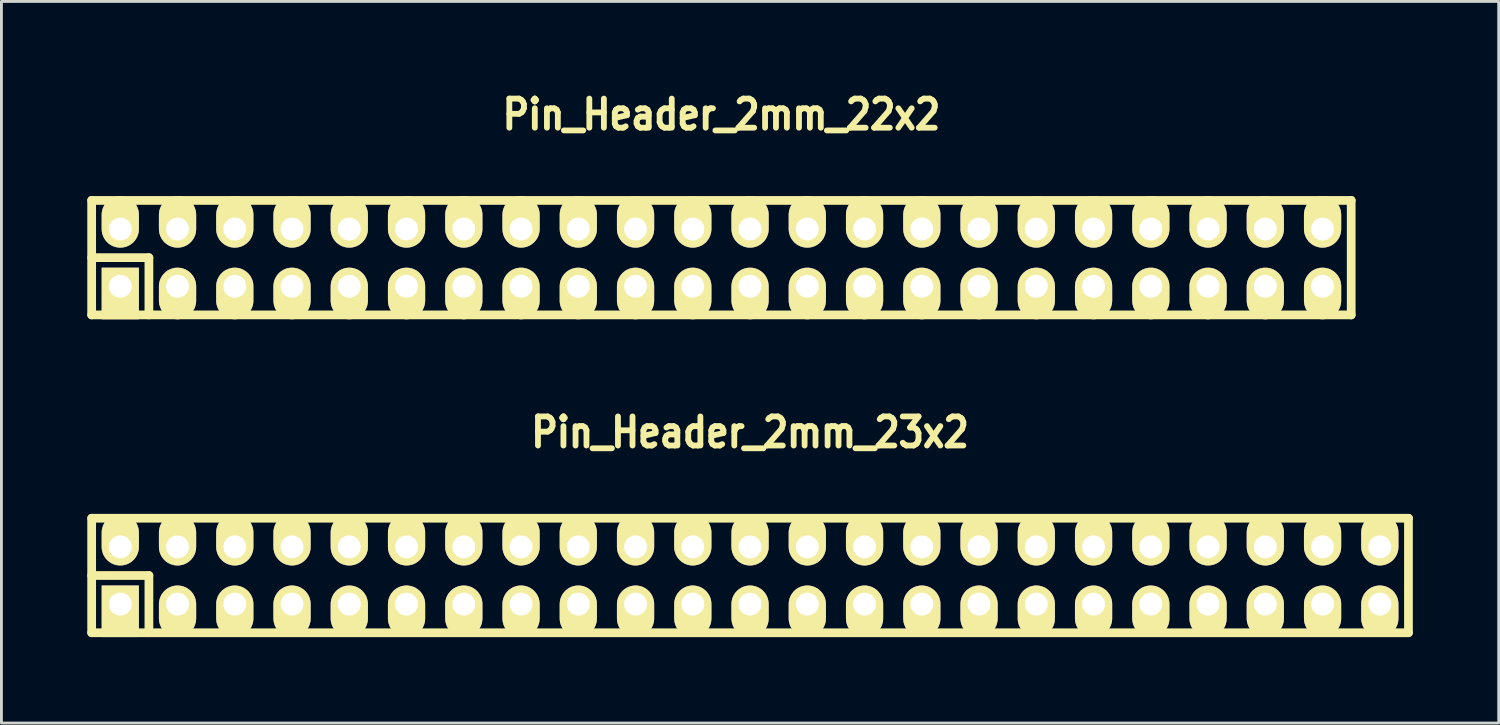
<source format=kicad_pcb>
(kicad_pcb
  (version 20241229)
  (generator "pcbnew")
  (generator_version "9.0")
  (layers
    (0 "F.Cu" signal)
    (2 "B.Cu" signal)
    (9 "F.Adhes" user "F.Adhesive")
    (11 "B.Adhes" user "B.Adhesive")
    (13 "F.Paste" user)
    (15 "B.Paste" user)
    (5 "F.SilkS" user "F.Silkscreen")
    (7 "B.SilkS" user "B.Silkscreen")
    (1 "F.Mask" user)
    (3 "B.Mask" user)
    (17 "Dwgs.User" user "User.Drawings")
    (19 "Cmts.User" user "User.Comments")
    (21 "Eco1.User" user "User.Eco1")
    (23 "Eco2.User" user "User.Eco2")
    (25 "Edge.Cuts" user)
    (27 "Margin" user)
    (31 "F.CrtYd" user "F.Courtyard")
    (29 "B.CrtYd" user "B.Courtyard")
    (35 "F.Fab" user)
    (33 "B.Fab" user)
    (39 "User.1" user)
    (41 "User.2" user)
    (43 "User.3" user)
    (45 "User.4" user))
  (footprint "Pin_Header_2mm_23x2"
    (layer "F.Cu")
    (at 23.152 17.054)
    (property "Reference" "Pin_Header_2mm_23x2" (at 0 -5 0) (layer "F.SilkS") (effects (font (size 1.016 0.889) (thickness 0.203))))
    (attr through_hole)
    (fp_line (start -23 -2) (end 23 -2) (stroke (width 0.305) (type solid)) (layer "F.SilkS"))
    (fp_line (start -23 0) (end -21 0) (stroke (width 0.305) (type solid)) (layer "F.SilkS"))
    (fp_line (start -23 2) (end -23 -2) (stroke (width 0.305) (type solid)) (layer "F.SilkS"))
    (fp_line (start -21 0) (end -21 2) (stroke (width 0.305) (type solid)) (layer "F.SilkS"))
    (fp_line (start 23 -2) (end 23 2) (stroke (width 0.305) (type solid)) (layer "F.SilkS"))
    (fp_line (start 23 2) (end -23 2) (stroke (width 0.305) (type solid)) (layer "F.SilkS"))
    (pad "1" thru_hole rect (at -22 1) (size 1.3 1.8) (drill 0.8 (offset 0 0.25)) (layers "*.Cu" "*.Mask" "F.SilkS"))
    (pad "2" thru_hole oval (at -22 -1) (size 1.3 1.8) (drill 0.8 (offset 0 -0.25)) (layers "*.Cu" "*.Mask" "F.SilkS"))
    (pad "3" thru_hole oval (at -20 1) (size 1.3 1.8) (drill 0.8 (offset 0 0.25)) (layers "*.Cu" "*.Mask" "F.SilkS"))
    (pad "4" thru_hole oval (at -20 -1) (size 1.3 1.8) (drill 0.8 (offset 0 -0.25)) (layers "*.Cu" "*.Mask" "F.SilkS"))
    (pad "5" thru_hole oval (at -18 1) (size 1.3 1.8) (drill 0.8 (offset 0 0.25)) (layers "*.Cu" "*.Mask" "F.SilkS"))
    (pad "6" thru_hole oval (at -18 -1) (size 1.3 1.8) (drill 0.8 (offset 0 -0.25)) (layers "*.Cu" "*.Mask" "F.SilkS"))
    (pad "7" thru_hole oval (at -16 1) (size 1.3 1.8) (drill 0.8 (offset 0 0.25)) (layers "*.Cu" "*.Mask" "F.SilkS"))
    (pad "8" thru_hole oval (at -16 -1) (size 1.3 1.8) (drill 0.8 (offset 0 -0.25)) (layers "*.Cu" "*.Mask" "F.SilkS"))
    (pad "9" thru_hole oval (at -14 1) (size 1.3 1.8) (drill 0.8 (offset 0 0.25)) (layers "*.Cu" "*.Mask" "F.SilkS"))
    (pad "10" thru_hole oval (at -14 -1) (size 1.3 1.8) (drill 0.8 (offset 0 -0.25)) (layers "*.Cu" "*.Mask" "F.SilkS"))
    (pad "11" thru_hole oval (at -12 1) (size 1.3 1.8) (drill 0.8 (offset 0 0.25)) (layers "*.Cu" "*.Mask" "F.SilkS"))
    (pad "12" thru_hole oval (at -12 -1) (size 1.3 1.8) (drill 0.8 (offset 0 -0.25)) (layers "*.Cu" "*.Mask" "F.SilkS"))
    (pad "13" thru_hole oval (at -10 1) (size 1.3 1.8) (drill 0.8 (offset 0 0.25)) (layers "*.Cu" "*.Mask" "F.SilkS"))
    (pad "14" thru_hole oval (at -10 -1) (size 1.3 1.8) (drill 0.8 (offset 0 -0.25)) (layers "*.Cu" "*.Mask" "F.SilkS"))
    (pad "15" thru_hole oval (at -8 1) (size 1.3 1.8) (drill 0.8 (offset 0 0.25)) (layers "*.Cu" "*.Mask" "F.SilkS"))
    (pad "16" thru_hole oval (at -8 -1) (size 1.3 1.8) (drill 0.8 (offset 0 -0.25)) (layers "*.Cu" "*.Mask" "F.SilkS"))
    (pad "17" thru_hole oval (at -6 1) (size 1.3 1.8) (drill 0.8 (offset 0 0.25)) (layers "*.Cu" "*.Mask" "F.SilkS"))
    (pad "18" thru_hole oval (at -6 -1) (size 1.3 1.8) (drill 0.8 (offset 0 -0.25)) (layers "*.Cu" "*.Mask" "F.SilkS"))
    (pad "19" thru_hole oval (at -4 1) (size 1.3 1.8) (drill 0.8 (offset 0 0.25)) (layers "*.Cu" "*.Mask" "F.SilkS"))
    (pad "20" thru_hole oval (at -4 -1) (size 1.3 1.8) (drill 0.8 (offset 0 -0.25)) (layers "*.Cu" "*.Mask" "F.SilkS"))
    (pad "21" thru_hole oval (at -2 1) (size 1.3 1.8) (drill 0.8 (offset 0 0.25)) (layers "*.Cu" "*.Mask" "F.SilkS"))
    (pad "22" thru_hole oval (at -2 -1) (size 1.3 1.8) (drill 0.8 (offset 0 -0.25)) (layers "*.Cu" "*.Mask" "F.SilkS"))
    (pad "23" thru_hole oval (at 0 1) (size 1.3 1.8) (drill 0.8 (offset 0 0.25)) (layers "*.Cu" "*.Mask" "F.SilkS"))
    (pad "24" thru_hole oval (at 0 -1) (size 1.3 1.8) (drill 0.8 (offset 0 -0.25)) (layers "*.Cu" "*.Mask" "F.SilkS"))
    (pad "25" thru_hole oval (at 2 1) (size 1.3 1.8) (drill 0.8 (offset 0 0.25)) (layers "*.Cu" "*.Mask" "F.SilkS"))
    (pad "26" thru_hole oval (at 2 -1) (size 1.3 1.8) (drill 0.8 (offset 0 -0.25)) (layers "*.Cu" "*.Mask" "F.SilkS"))
    (pad "27" thru_hole oval (at 4 1) (size 1.3 1.8) (drill 0.8 (offset 0 0.25)) (layers "*.Cu" "*.Mask" "F.SilkS"))
    (pad "28" thru_hole oval (at 4 -1) (size 1.3 1.8) (drill 0.8 (offset 0 -0.25)) (layers "*.Cu" "*.Mask" "F.SilkS"))
    (pad "29" thru_hole oval (at 6 1) (size 1.3 1.8) (drill 0.8 (offset 0 0.25)) (layers "*.Cu" "*.Mask" "F.SilkS"))
    (pad "30" thru_hole oval (at 6 -1) (size 1.3 1.8) (drill 0.8 (offset 0 -0.25)) (layers "*.Cu" "*.Mask" "F.SilkS"))
    (pad "31" thru_hole oval (at 8 1) (size 1.3 1.8) (drill 0.8 (offset 0 0.25)) (layers "*.Cu" "*.Mask" "F.SilkS"))
    (pad "32" thru_hole oval (at 8 -1) (size 1.3 1.8) (drill 0.8 (offset 0 -0.25)) (layers "*.Cu" "*.Mask" "F.SilkS"))
    (pad "33" thru_hole oval (at 10 1) (size 1.3 1.8) (drill 0.8 (offset 0 0.25)) (layers "*.Cu" "*.Mask" "F.SilkS"))
    (pad "34" thru_hole oval (at 10 -1) (size 1.3 1.8) (drill 0.8 (offset 0 -0.25)) (layers "*.Cu" "*.Mask" "F.SilkS"))
    (pad "35" thru_hole oval (at 12 1) (size 1.3 1.8) (drill 0.8 (offset 0 0.25)) (layers "*.Cu" "*.Mask" "F.SilkS"))
    (pad "36" thru_hole oval (at 12 -1) (size 1.3 1.8) (drill 0.8 (offset 0 -0.25)) (layers "*.Cu" "*.Mask" "F.SilkS"))
    (pad "37" thru_hole oval (at 14 1) (size 1.3 1.8) (drill 0.8 (offset 0 0.25)) (layers "*.Cu" "*.Mask" "F.SilkS"))
    (pad "38" thru_hole oval (at 14 -1) (size 1.3 1.8) (drill 0.8 (offset 0 -0.25)) (layers "*.Cu" "*.Mask" "F.SilkS"))
    (pad "39" thru_hole oval (at 16 1) (size 1.3 1.8) (drill 0.8 (offset 0 0.25)) (layers "*.Cu" "*.Mask" "F.SilkS"))
    (pad "40" thru_hole oval (at 16 -1) (size 1.3 1.8) (drill 0.8 (offset 0 -0.25)) (layers "*.Cu" "*.Mask" "F.SilkS"))
    (pad "41" thru_hole oval (at 18 1) (size 1.3 1.8) (drill 0.8 (offset 0 0.25)) (layers "*.Cu" "*.Mask" "F.SilkS"))
    (pad "42" thru_hole oval (at 18 -1) (size 1.3 1.8) (drill 0.8 (offset 0 -0.25)) (layers "*.Cu" "*.Mask" "F.SilkS"))
    (pad "43" thru_hole oval (at 20 1) (size 1.3 1.8) (drill 0.8 (offset 0 0.25)) (layers "*.Cu" "*.Mask" "F.SilkS"))
    (pad "44" thru_hole oval (at 20 -1) (size 1.3 1.8) (drill 0.8 (offset 0 -0.25)) (layers "*.Cu" "*.Mask" "F.SilkS"))
    (pad "45" thru_hole oval (at 22 1) (size 1.3 1.8) (drill 0.8 (offset 0 0.25)) (layers "*.Cu" "*.Mask" "F.SilkS"))
    (pad "46" thru_hole oval (at 22 -1) (size 1.3 1.8) (drill 0.8 (offset 0 -0.25)) (layers "*.Cu" "*.Mask" "F.SilkS")))
  (footprint "Pin_Header_2mm_22x2"
    (layer "F.Cu")
    (at 22.152 5.951)
    (property "Reference" "Pin_Header_2mm_22x2" (at 0 -5 0) (layer "F.SilkS") (effects (font (size 1.016 0.889) (thickness 0.203))))
    (attr through_hole)
    (fp_line (start -22 -2) (end 22 -2) (stroke (width 0.305) (type solid)) (layer "F.SilkS"))
    (fp_line (start -22 0) (end -20 0) (stroke (width 0.305) (type solid)) (layer "F.SilkS"))
    (fp_line (start -22 2) (end -22 -2) (stroke (width 0.305) (type solid)) (layer "F.SilkS"))
    (fp_line (start -20 0) (end -20 2) (stroke (width 0.305) (type solid)) (layer "F.SilkS"))
    (fp_line (start 22 -2) (end 22 2) (stroke (width 0.305) (type solid)) (layer "F.SilkS"))
    (fp_line (start 22 2) (end -22 2) (stroke (width 0.305) (type solid)) (layer "F.SilkS"))
    (pad "1" thru_hole rect (at -21 1) (size 1.3 1.8) (drill 0.8 (offset 0 0.25)) (layers "*.Cu" "*.Mask" "F.SilkS"))
    (pad "2" thru_hole oval (at -21 -1) (size 1.3 1.8) (drill 0.8 (offset 0 -0.25)) (layers "*.Cu" "*.Mask" "F.SilkS"))
    (pad "3" thru_hole oval (at -19 1) (size 1.3 1.8) (drill 0.8 (offset 0 0.25)) (layers "*.Cu" "*.Mask" "F.SilkS"))
    (pad "4" thru_hole oval (at -19 -1) (size 1.3 1.8) (drill 0.8 (offset 0 -0.25)) (layers "*.Cu" "*.Mask" "F.SilkS"))
    (pad "5" thru_hole oval (at -17 1) (size 1.3 1.8) (drill 0.8 (offset 0 0.25)) (layers "*.Cu" "*.Mask" "F.SilkS"))
    (pad "6" thru_hole oval (at -17 -1) (size 1.3 1.8) (drill 0.8 (offset 0 -0.25)) (layers "*.Cu" "*.Mask" "F.SilkS"))
    (pad "7" thru_hole oval (at -15 1) (size 1.3 1.8) (drill 0.8 (offset 0 0.25)) (layers "*.Cu" "*.Mask" "F.SilkS"))
    (pad "8" thru_hole oval (at -15 -1) (size 1.3 1.8) (drill 0.8 (offset 0 -0.25)) (layers "*.Cu" "*.Mask" "F.SilkS"))
    (pad "9" thru_hole oval (at -13 1) (size 1.3 1.8) (drill 0.8 (offset 0 0.25)) (layers "*.Cu" "*.Mask" "F.SilkS"))
    (pad "10" thru_hole oval (at -13 -1) (size 1.3 1.8) (drill 0.8 (offset 0 -0.25)) (layers "*.Cu" "*.Mask" "F.SilkS"))
    (pad "11" thru_hole oval (at -11 1) (size 1.3 1.8) (drill 0.8 (offset 0 0.25)) (layers "*.Cu" "*.Mask" "F.SilkS"))
    (pad "12" thru_hole oval (at -11 -1) (size 1.3 1.8) (drill 0.8 (offset 0 -0.25)) (layers "*.Cu" "*.Mask" "F.SilkS"))
    (pad "13" thru_hole oval (at -9 1) (size 1.3 1.8) (drill 0.8 (offset 0 0.25)) (layers "*.Cu" "*.Mask" "F.SilkS"))
    (pad "14" thru_hole oval (at -9 -1) (size 1.3 1.8) (drill 0.8 (offset 0 -0.25)) (layers "*.Cu" "*.Mask" "F.SilkS"))
    (pad "15" thru_hole oval (at -7 1) (size 1.3 1.8) (drill 0.8 (offset 0 0.25)) (layers "*.Cu" "*.Mask" "F.SilkS"))
    (pad "16" thru_hole oval (at -7 -1) (size 1.3 1.8) (drill 0.8 (offset 0 -0.25)) (layers "*.Cu" "*.Mask" "F.SilkS"))
    (pad "17" thru_hole oval (at -5 1) (size 1.3 1.8) (drill 0.8 (offset 0 0.25)) (layers "*.Cu" "*.Mask" "F.SilkS"))
    (pad "18" thru_hole oval (at -5 -1) (size 1.3 1.8) (drill 0.8 (offset 0 -0.25)) (layers "*.Cu" "*.Mask" "F.SilkS"))
    (pad "19" thru_hole oval (at -3 1) (size 1.3 1.8) (drill 0.8 (offset 0 0.25)) (layers "*.Cu" "*.Mask" "F.SilkS"))
    (pad "20" thru_hole oval (at -3 -1) (size 1.3 1.8) (drill 0.8 (offset 0 -0.25)) (layers "*.Cu" "*.Mask" "F.SilkS"))
    (pad "21" thru_hole oval (at -1 1) (size 1.3 1.8) (drill 0.8 (offset 0 0.25)) (layers "*.Cu" "*.Mask" "F.SilkS"))
    (pad "22" thru_hole oval (at -1 -1) (size 1.3 1.8) (drill 0.8 (offset 0 -0.25)) (layers "*.Cu" "*.Mask" "F.SilkS"))
    (pad "23" thru_hole oval (at 1 1) (size 1.3 1.8) (drill 0.8 (offset 0 0.25)) (layers "*.Cu" "*.Mask" "F.SilkS"))
    (pad "24" thru_hole oval (at 1 -1) (size 1.3 1.8) (drill 0.8 (offset 0 -0.25)) (layers "*.Cu" "*.Mask" "F.SilkS"))
    (pad "25" thru_hole oval (at 3 1) (size 1.3 1.8) (drill 0.8 (offset 0 0.25)) (layers "*.Cu" "*.Mask" "F.SilkS"))
    (pad "26" thru_hole oval (at 3 -1) (size 1.3 1.8) (drill 0.8 (offset 0 -0.25)) (layers "*.Cu" "*.Mask" "F.SilkS"))
    (pad "27" thru_hole oval (at 5 1) (size 1.3 1.8) (drill 0.8 (offset 0 0.25)) (layers "*.Cu" "*.Mask" "F.SilkS"))
    (pad "28" thru_hole oval (at 5 -1) (size 1.3 1.8) (drill 0.8 (offset 0 -0.25)) (layers "*.Cu" "*.Mask" "F.SilkS"))
    (pad "29" thru_hole oval (at 7 1) (size 1.3 1.8) (drill 0.8 (offset 0 0.25)) (layers "*.Cu" "*.Mask" "F.SilkS"))
    (pad "30" thru_hole oval (at 7 -1) (size 1.3 1.8) (drill 0.8 (offset 0 -0.25)) (layers "*.Cu" "*.Mask" "F.SilkS"))
    (pad "31" thru_hole oval (at 9 1) (size 1.3 1.8) (drill 0.8 (offset 0 0.25)) (layers "*.Cu" "*.Mask" "F.SilkS"))
    (pad "32" thru_hole oval (at 9 -1) (size 1.3 1.8) (drill 0.8 (offset 0 -0.25)) (layers "*.Cu" "*.Mask" "F.SilkS"))
    (pad "33" thru_hole oval (at 11 1) (size 1.3 1.8) (drill 0.8 (offset 0 0.25)) (layers "*.Cu" "*.Mask" "F.SilkS"))
    (pad "34" thru_hole oval (at 11 -1) (size 1.3 1.8) (drill 0.8 (offset 0 -0.25)) (layers "*.Cu" "*.Mask" "F.SilkS"))
    (pad "35" thru_hole oval (at 13 1) (size 1.3 1.8) (drill 0.8 (offset 0 0.25)) (layers "*.Cu" "*.Mask" "F.SilkS"))
    (pad "36" thru_hole oval (at 13 -1) (size 1.3 1.8) (drill 0.8 (offset 0 -0.25)) (layers "*.Cu" "*.Mask" "F.SilkS"))
    (pad "37" thru_hole oval (at 15 1) (size 1.3 1.8) (drill 0.8 (offset 0 0.25)) (layers "*.Cu" "*.Mask" "F.SilkS"))
    (pad "38" thru_hole oval (at 15 -1) (size 1.3 1.8) (drill 0.8 (offset 0 -0.25)) (layers "*.Cu" "*.Mask" "F.SilkS"))
    (pad "39" thru_hole oval (at 17 1) (size 1.3 1.8) (drill 0.8 (offset 0 0.25)) (layers "*.Cu" "*.Mask" "F.SilkS"))
    (pad "40" thru_hole oval (at 17 -1) (size 1.3 1.8) (drill 0.8 (offset 0 -0.25)) (layers "*.Cu" "*.Mask" "F.SilkS"))
    (pad "41" thru_hole oval (at 19 1) (size 1.3 1.8) (drill 0.8 (offset 0 0.25)) (layers "*.Cu" "*.Mask" "F.SilkS"))
    (pad "42" thru_hole oval (at 19 -1) (size 1.3 1.8) (drill 0.8 (offset 0 -0.25)) (layers "*.Cu" "*.Mask" "F.SilkS"))
    (pad "43" thru_hole oval (at 21 1) (size 1.3 1.8) (drill 0.8 (offset 0 0.25)) (layers "*.Cu" "*.Mask" "F.SilkS"))
    (pad "44" thru_hole oval (at 21 -1) (size 1.3 1.8) (drill 0.8 (offset 0 -0.25)) (layers "*.Cu" "*.Mask" "F.SilkS")))
  (gr_rect
    (start -3 -3)
    (end 49.305 22.207)
    (stroke (width 0.1) (type default))
    (fill no)
    (layer "Edge.Cuts")))
</source>
